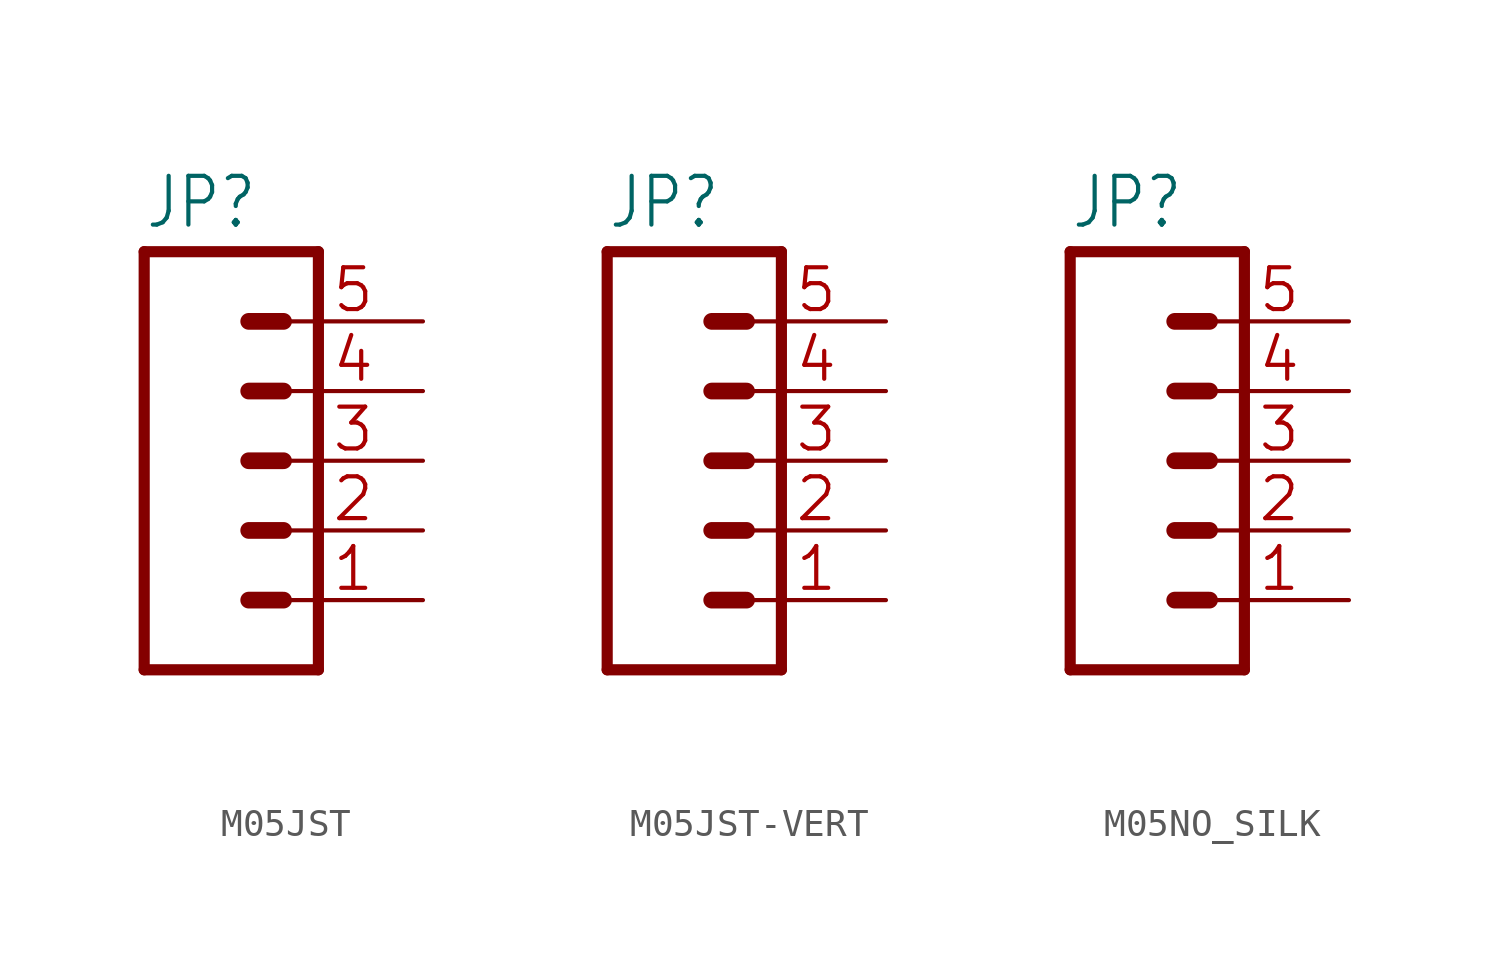
<source format=kicad_sym>
(kicad_symbol_lib
  (version 20241209)
  (generator "kicad_symbol_editor")
  (generator_version "9.0")
  (symbol "M05JST"
    (property "Reference" "JP"
      (at -2.54 8.382 0)
      (effects (font (size 1.778 1.511)) (justify left bottom)))
    (property "Value" ""
      (at -2.54 -10.16 0)
      (effects (font (size 1.778 1.511)) (justify left bottom)))
    (property "ki_locked" ""
      (at 0 0 0)
      (effects (font (size 1.27 1.27))))
    (symbol "M05JST_1_0"
      (polyline (pts (xy -2.54 7.62) (xy -2.54 -7.62)) (stroke (width 0.406) (type solid)) (fill (type none)))
      (polyline (pts (xy -2.54 7.62) (xy 3.81 7.62)) (stroke (width 0.406) (type solid)) (fill (type none)))
      (polyline (pts (xy 1.27 5.08) (xy 2.54 5.08)) (stroke (width 0.61) (type solid)) (fill (type none)))
      (polyline (pts (xy 1.27 2.54) (xy 2.54 2.54)) (stroke (width 0.61) (type solid)) (fill (type none)))
      (polyline (pts (xy 1.27 0) (xy 2.54 0)) (stroke (width 0.61) (type solid)) (fill (type none)))
      (polyline (pts (xy 1.27 -2.54) (xy 2.54 -2.54)) (stroke (width 0.61) (type solid)) (fill (type none)))
      (polyline (pts (xy 1.27 -5.08) (xy 2.54 -5.08)) (stroke (width 0.61) (type solid)) (fill (type none)))
      (polyline (pts (xy 3.81 -7.62) (xy -2.54 -7.62)) (stroke (width 0.406) (type solid)) (fill (type none)))
      (polyline (pts (xy 3.81 -7.62) (xy 3.81 7.62)) (stroke (width 0.406) (type solid)) (fill (type none)))
      (pin passive line (at 7.62 5.08 180) (length 5.08) (name "5" (effects (font (size 0 0)))) (number "5" (effects (font (size 1.524 1.524)))))
      (pin passive line (at 7.62 2.54 180) (length 5.08) (name "4" (effects (font (size 0 0)))) (number "4" (effects (font (size 1.524 1.524)))))
      (pin passive line (at 7.62 0 180) (length 5.08) (name "3" (effects (font (size 0 0)))) (number "3" (effects (font (size 1.524 1.524)))))
      (pin passive line (at 7.62 -2.54 180) (length 5.08) (name "2" (effects (font (size 0 0)))) (number "2" (effects (font (size 1.524 1.524)))))
      (pin passive line (at 7.62 -5.08 180) (length 5.08) (name "1" (effects (font (size 0 0)))) (number "1" (effects (font (size 1.524 1.524)))))))
  (symbol "M05JST-VERT"
    (property "Reference" "JP"
      (at -2.54 8.382 0)
      (effects (font (size 1.778 1.511)) (justify left bottom)))
    (property "Value" ""
      (at -2.54 -10.16 0)
      (effects (font (size 1.778 1.511)) (justify left bottom)))
    (property "ki_locked" ""
      (at 0 0 0)
      (effects (font (size 1.27 1.27))))
    (symbol "M05JST-VERT_1_0"
      (polyline (pts (xy -2.54 7.62) (xy -2.54 -7.62)) (stroke (width 0.406) (type solid)) (fill (type none)))
      (polyline (pts (xy -2.54 7.62) (xy 3.81 7.62)) (stroke (width 0.406) (type solid)) (fill (type none)))
      (polyline (pts (xy 1.27 5.08) (xy 2.54 5.08)) (stroke (width 0.61) (type solid)) (fill (type none)))
      (polyline (pts (xy 1.27 2.54) (xy 2.54 2.54)) (stroke (width 0.61) (type solid)) (fill (type none)))
      (polyline (pts (xy 1.27 0) (xy 2.54 0)) (stroke (width 0.61) (type solid)) (fill (type none)))
      (polyline (pts (xy 1.27 -2.54) (xy 2.54 -2.54)) (stroke (width 0.61) (type solid)) (fill (type none)))
      (polyline (pts (xy 1.27 -5.08) (xy 2.54 -5.08)) (stroke (width 0.61) (type solid)) (fill (type none)))
      (polyline (pts (xy 3.81 -7.62) (xy -2.54 -7.62)) (stroke (width 0.406) (type solid)) (fill (type none)))
      (polyline (pts (xy 3.81 -7.62) (xy 3.81 7.62)) (stroke (width 0.406) (type solid)) (fill (type none)))
      (pin passive line (at 7.62 5.08 180) (length 5.08) (name "5" (effects (font (size 0 0)))) (number "5" (effects (font (size 1.524 1.524)))))
      (pin passive line (at 7.62 2.54 180) (length 5.08) (name "4" (effects (font (size 0 0)))) (number "4" (effects (font (size 1.524 1.524)))))
      (pin passive line (at 7.62 0 180) (length 5.08) (name "3" (effects (font (size 0 0)))) (number "3" (effects (font (size 1.524 1.524)))))
      (pin passive line (at 7.62 -2.54 180) (length 5.08) (name "2" (effects (font (size 0 0)))) (number "2" (effects (font (size 1.524 1.524)))))
      (pin passive line (at 7.62 -5.08 180) (length 5.08) (name "1" (effects (font (size 0 0)))) (number "1" (effects (font (size 1.524 1.524)))))))
  (symbol "M05NO_SILK"
    (property "Reference" "JP"
      (at -2.54 8.382 0)
      (effects (font (size 1.778 1.511)) (justify left bottom)))
    (property "Value" ""
      (at -2.54 -10.16 0)
      (effects (font (size 1.778 1.511)) (justify left bottom)))
    (property "ki_locked" ""
      (at 0 0 0)
      (effects (font (size 1.27 1.27))))
    (symbol "M05NO_SILK_1_0"
      (polyline (pts (xy -2.54 7.62) (xy -2.54 -7.62)) (stroke (width 0.406) (type solid)) (fill (type none)))
      (polyline (pts (xy -2.54 7.62) (xy 3.81 7.62)) (stroke (width 0.406) (type solid)) (fill (type none)))
      (polyline (pts (xy 1.27 5.08) (xy 2.54 5.08)) (stroke (width 0.61) (type solid)) (fill (type none)))
      (polyline (pts (xy 1.27 2.54) (xy 2.54 2.54)) (stroke (width 0.61) (type solid)) (fill (type none)))
      (polyline (pts (xy 1.27 0) (xy 2.54 0)) (stroke (width 0.61) (type solid)) (fill (type none)))
      (polyline (pts (xy 1.27 -2.54) (xy 2.54 -2.54)) (stroke (width 0.61) (type solid)) (fill (type none)))
      (polyline (pts (xy 1.27 -5.08) (xy 2.54 -5.08)) (stroke (width 0.61) (type solid)) (fill (type none)))
      (polyline (pts (xy 3.81 -7.62) (xy -2.54 -7.62)) (stroke (width 0.406) (type solid)) (fill (type none)))
      (polyline (pts (xy 3.81 -7.62) (xy 3.81 7.62)) (stroke (width 0.406) (type solid)) (fill (type none)))
      (pin passive line (at 7.62 5.08 180) (length 5.08) (name "5" (effects (font (size 0 0)))) (number "5" (effects (font (size 1.524 1.524)))))
      (pin passive line (at 7.62 2.54 180) (length 5.08) (name "4" (effects (font (size 0 0)))) (number "4" (effects (font (size 1.524 1.524)))))
      (pin passive line (at 7.62 0 180) (length 5.08) (name "3" (effects (font (size 0 0)))) (number "3" (effects (font (size 1.524 1.524)))))
      (pin passive line (at 7.62 -2.54 180) (length 5.08) (name "2" (effects (font (size 0 0)))) (number "2" (effects (font (size 1.524 1.524)))))
      (pin passive line (at 7.62 -5.08 180) (length 5.08) (name "1" (effects (font (size 0 0)))) (number "1" (effects (font (size 1.524 1.524))))))))
</source>
